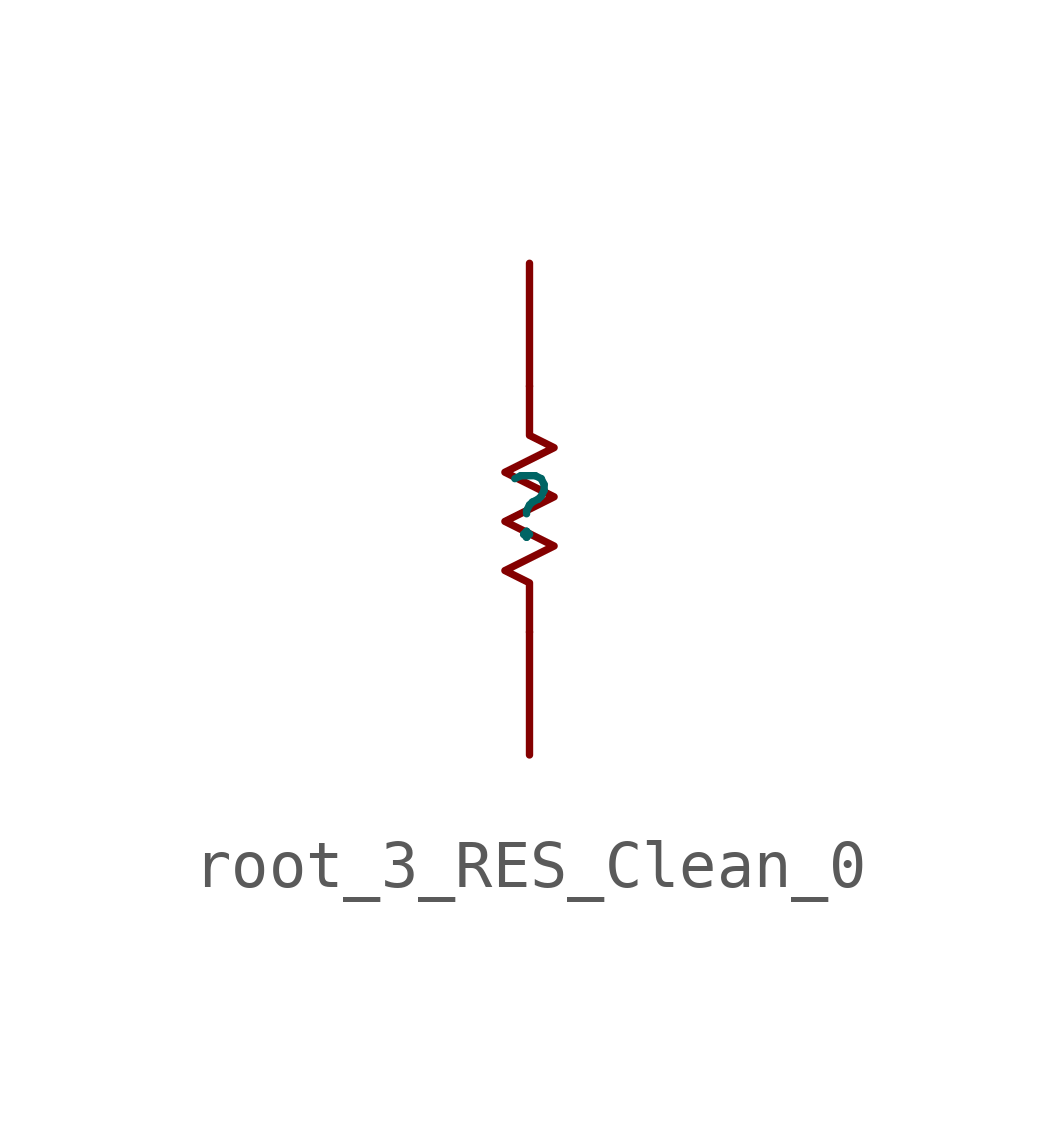
<source format=kicad_sym>
(kicad_symbol_lib
  (version 20241209)
  (generator "kicad_symbol_editor")
  (generator_version "9.0")
  (symbol "root_3_RES_Clean_0"
    (pin_numbers
      (hide yes))
    (pin_names
      (hide yes))
    (property "Reference" ""
      (at 0 0 0)
      (effects (font (size 1.27 1.27))))
    (property "Value" ""
      (at 0 0 0)
      (effects (font (size 1.27 1.27))))
    (symbol "root_3_RES_Clean_0_1_0"
      (polyline (pts (xy 0 -2.54) (xy 0 -1.524) (xy -0.508 -1.27) (xy 0.508 -0.762) (xy -0.508 -0.254) (xy 0.508 0.254) (xy -0.508 0.762) (xy 0.508 1.27) (xy 0 1.524) (xy 0 2.54)) (stroke (width 0) (type solid)) (fill (type none)))
      (pin passive line (at 0 5.08 270) (length 2.54) (name "1" (effects (font (size 1.27 1.27)))) (number "1" (effects (font (size 1.27 1.27)))))
      (pin passive line (at 0 -5.08 90) (length 2.54) (name "2" (effects (font (size 1.27 1.27)))) (number "2" (effects (font (size 1.27 1.27))))))))
</source>
